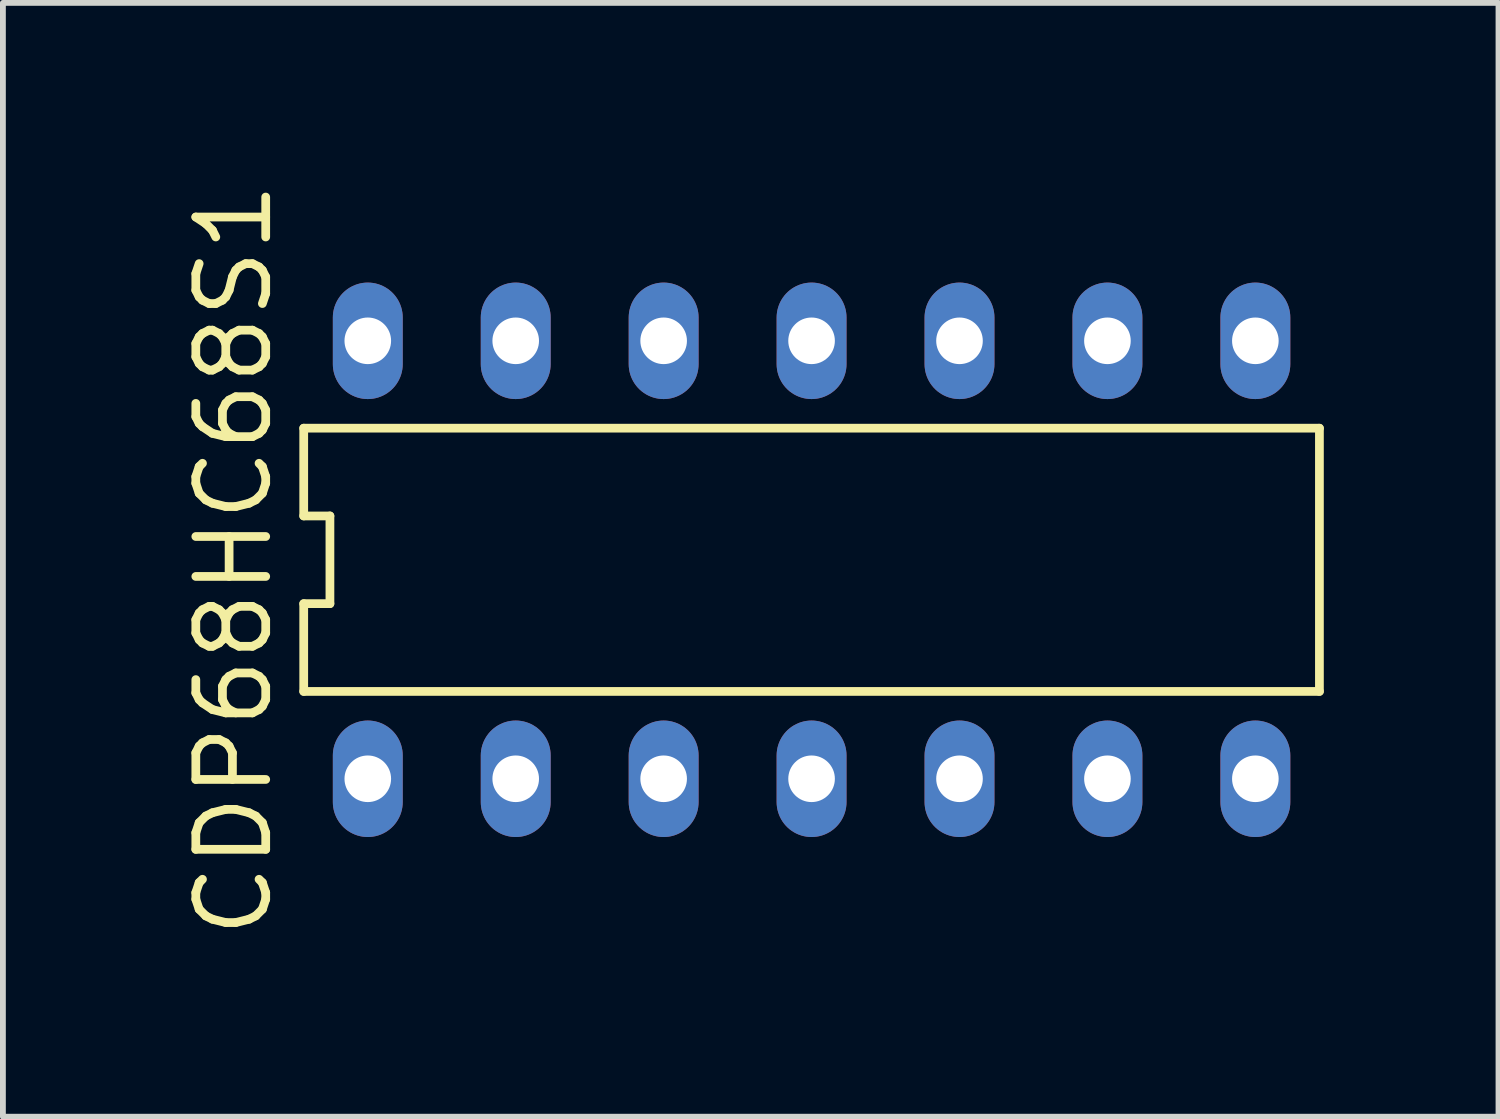
<source format=kicad_pcb>
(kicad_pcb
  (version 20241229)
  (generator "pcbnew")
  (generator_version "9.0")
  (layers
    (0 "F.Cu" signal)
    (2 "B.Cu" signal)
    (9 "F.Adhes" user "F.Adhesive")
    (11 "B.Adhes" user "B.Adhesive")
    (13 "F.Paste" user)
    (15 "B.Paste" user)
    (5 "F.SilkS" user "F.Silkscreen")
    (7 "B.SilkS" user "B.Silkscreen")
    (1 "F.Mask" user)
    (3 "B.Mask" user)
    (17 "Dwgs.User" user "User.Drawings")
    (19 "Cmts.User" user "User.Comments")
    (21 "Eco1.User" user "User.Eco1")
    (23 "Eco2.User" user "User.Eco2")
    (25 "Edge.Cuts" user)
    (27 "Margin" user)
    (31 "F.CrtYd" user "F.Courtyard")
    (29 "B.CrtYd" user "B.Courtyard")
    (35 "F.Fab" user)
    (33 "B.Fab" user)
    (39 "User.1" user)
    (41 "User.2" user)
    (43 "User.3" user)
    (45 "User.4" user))
  (footprint "CDP68HC68S1"
    (layer "F.Cu")
    (at 10.885 6.562)
    (property "Reference" "CDP68HC68S1" (at -9.92 0 90) (layer "F.SilkS") (effects (font (size 1.2 1.2) (thickness 0.15))))
    (attr through_hole)
    (fp_line (start -8.72 -2.26) (end -8.72 -0.753) (stroke (width 0.15) (type solid)) (layer "F.SilkS"))
    (fp_line (start -8.72 -0.753) (end -8.27 -0.753) (stroke (width 0.15) (type solid)) (layer "F.SilkS"))
    (fp_line (start -8.72 0.753) (end -8.72 2.26) (stroke (width 0.15) (type solid)) (layer "F.SilkS"))
    (fp_line (start -8.72 2.26) (end 8.72 2.26) (stroke (width 0.15) (type solid)) (layer "F.SilkS"))
    (fp_line (start -8.27 -0.753) (end -8.27 0.753) (stroke (width 0.15) (type solid)) (layer "F.SilkS"))
    (fp_line (start -8.27 0.753) (end -8.72 0.753) (stroke (width 0.15) (type solid)) (layer "F.SilkS"))
    (fp_line (start 8.72 -2.26) (end -8.72 -2.26) (stroke (width 0.15) (type solid)) (layer "F.SilkS"))
    (fp_line (start 8.72 2.26) (end 8.72 -2.26) (stroke (width 0.15) (type solid)) (layer "F.SilkS"))
    (pad "1" thru_hole oval (at -7.62 3.76) (size 1.2 2) (drill 0.8) (layers "*.Cu" "*.Mask"))
    (pad "2" thru_hole oval (at -5.08 3.76) (size 1.2 2) (drill 0.8) (layers "*.Cu" "*.Mask"))
    (pad "3" thru_hole oval (at -2.54 3.76) (size 1.2 2) (drill 0.8) (layers "*.Cu" "*.Mask"))
    (pad "4" thru_hole oval (at 0 3.76) (size 1.2 2) (drill 0.8) (layers "*.Cu" "*.Mask"))
    (pad "5" thru_hole oval (at 2.54 3.76) (size 1.2 2) (drill 0.8) (layers "*.Cu" "*.Mask"))
    (pad "6" thru_hole oval (at 5.08 3.76) (size 1.2 2) (drill 0.8) (layers "*.Cu" "*.Mask"))
    (pad "7" thru_hole oval (at 7.62 3.76) (size 1.2 2) (drill 0.8) (layers "*.Cu" "*.Mask"))
    (pad "8" thru_hole oval (at 7.62 -3.76) (size 1.2 2) (drill 0.8) (layers "*.Cu" "*.Mask"))
    (pad "9" thru_hole oval (at 5.08 -3.76) (size 1.2 2) (drill 0.8) (layers "*.Cu" "*.Mask"))
    (pad "10" thru_hole oval (at 2.54 -3.76) (size 1.2 2) (drill 0.8) (layers "*.Cu" "*.Mask"))
    (pad "11" thru_hole oval (at 0 -3.76) (size 1.2 2) (drill 0.8) (layers "*.Cu" "*.Mask"))
    (pad "12" thru_hole oval (at -2.54 -3.76) (size 1.2 2) (drill 0.8) (layers "*.Cu" "*.Mask"))
    (pad "13" thru_hole oval (at -5.08 -3.76) (size 1.2 2) (drill 0.8) (layers "*.Cu" "*.Mask"))
    (pad "14" thru_hole oval (at -7.62 -3.76) (size 1.2 2) (drill 0.8) (layers "*.Cu" "*.Mask")))
  (gr_rect
    (start -3 -3)
    (end 22.68 16.124)
    (stroke (width 0.1) (type default))
    (fill no)
    (layer "Edge.Cuts")))
</source>
